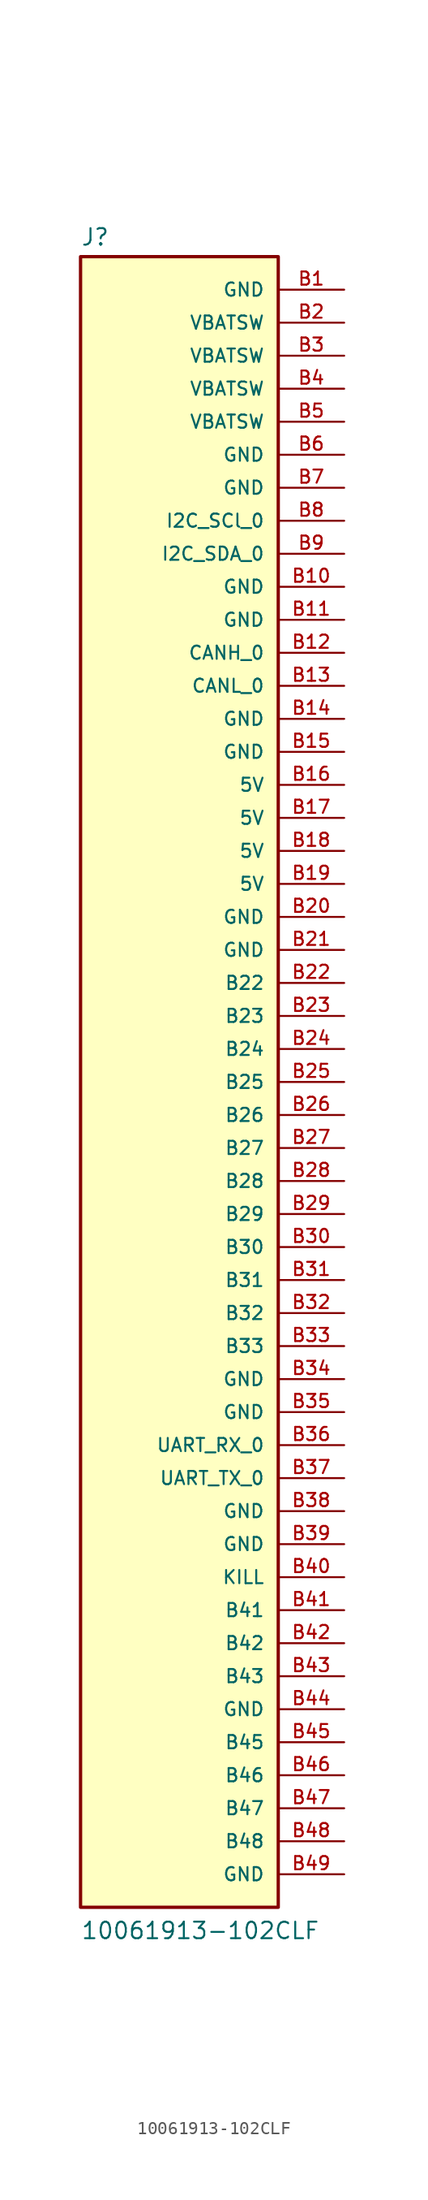
<source format=kicad_sym>
(kicad_symbol_lib
  (version 20220914)
  (generator kicad_symbol_editor)
  (symbol "10061913-102CLF"
    (pin_names
      (offset 1.016))
    (property "Reference" "J"
      (at -7.62 64.262 0)
      (effects (font (size 1.27 1.27)) (justify left bottom)))
    (property "Value" "10061913-102CLF"
      (at -7.62 -66.04 0)
      (effects (font (size 1.27 1.27)) (justify left bottom)))
    (symbol "10061913-102CLF_0_0"
      (rectangle (start -7.62 63.5) (end 7.62 -63.5) (stroke (width 0.254) (type default)) (fill (type background)))
      (pin passive line (at 12.7 7.62 180) (length 5.08) (name "B22" (effects (font (size 1.016 1.016)))) (number "B22" (effects (font (size 1.016 1.016)))))
      (pin passive line (at 12.7 5.08 180) (length 5.08) (name "B23" (effects (font (size 1.016 1.016)))) (number "B23" (effects (font (size 1.016 1.016)))))
      (pin passive line (at 12.7 2.54 180) (length 5.08) (name "B24" (effects (font (size 1.016 1.016)))) (number "B24" (effects (font (size 1.016 1.016)))))
      (pin passive line (at 12.7 0 180) (length 5.08) (name "B25" (effects (font (size 1.016 1.016)))) (number "B25" (effects (font (size 1.016 1.016)))))
      (pin passive line (at 12.7 -2.54 180) (length 5.08) (name "B26" (effects (font (size 1.016 1.016)))) (number "B26" (effects (font (size 1.016 1.016)))))
      (pin passive line (at 12.7 -5.08 180) (length 5.08) (name "B27" (effects (font (size 1.016 1.016)))) (number "B27" (effects (font (size 1.016 1.016)))))
      (pin passive line (at 12.7 -7.62 180) (length 5.08) (name "B28" (effects (font (size 1.016 1.016)))) (number "B28" (effects (font (size 1.016 1.016)))))
      (pin passive line (at 12.7 -10.16 180) (length 5.08) (name "B29" (effects (font (size 1.016 1.016)))) (number "B29" (effects (font (size 1.016 1.016)))))
      (pin passive line (at 12.7 -12.7 180) (length 5.08) (name "B30" (effects (font (size 1.016 1.016)))) (number "B30" (effects (font (size 1.016 1.016)))))
      (pin passive line (at 12.7 -15.24 180) (length 5.08) (name "B31" (effects (font (size 1.016 1.016)))) (number "B31" (effects (font (size 1.016 1.016)))))
      (pin passive line (at 12.7 -17.78 180) (length 5.08) (name "B32" (effects (font (size 1.016 1.016)))) (number "B32" (effects (font (size 1.016 1.016)))))
      (pin passive line (at 12.7 -20.32 180) (length 5.08) (name "B33" (effects (font (size 1.016 1.016)))) (number "B33" (effects (font (size 1.016 1.016)))))
      (pin passive line (at 12.7 -40.64 180) (length 5.08) (name "B41" (effects (font (size 1.016 1.016)))) (number "B41" (effects (font (size 1.016 1.016)))))
      (pin passive line (at 12.7 -43.18 180) (length 5.08) (name "B42" (effects (font (size 1.016 1.016)))) (number "B42" (effects (font (size 1.016 1.016)))))
      (pin passive line (at 12.7 -45.72 180) (length 5.08) (name "B43" (effects (font (size 1.016 1.016)))) (number "B43" (effects (font (size 1.016 1.016)))))
      (pin passive line (at 12.7 -50.8 180) (length 5.08) (name "B45" (effects (font (size 1.016 1.016)))) (number "B45" (effects (font (size 1.016 1.016)))))
      (pin passive line (at 12.7 -53.34 180) (length 5.08) (name "B46" (effects (font (size 1.016 1.016)))) (number "B46" (effects (font (size 1.016 1.016)))))
      (pin passive line (at 12.7 -55.88 180) (length 5.08) (name "B47" (effects (font (size 1.016 1.016)))) (number "B47" (effects (font (size 1.016 1.016)))))
      (pin passive line (at 12.7 -58.42 180) (length 5.08) (name "B48" (effects (font (size 1.016 1.016)))) (number "B48" (effects (font (size 1.016 1.016))))))
    (symbol "10061913-102CLF_1_0"
      (pin passive line (at 12.7 60.96 180) (length 5.08) (name "GND" (effects (font (size 1.016 1.016)))) (number "B1" (effects (font (size 1.016 1.016)))))
      (pin passive line (at 12.7 38.1 180) (length 5.08) (name "GND" (effects (font (size 1.016 1.016)))) (number "B10" (effects (font (size 1.016 1.016)))))
      (pin passive line (at 12.7 35.56 180) (length 5.08) (name "GND" (effects (font (size 1.016 1.016)))) (number "B11" (effects (font (size 1.016 1.016)))))
      (pin passive line (at 12.7 33.02 180) (length 5.08) (name "CANH_0" (effects (font (size 1.016 1.016)))) (number "B12" (effects (font (size 1.016 1.016)))))
      (pin passive line (at 12.7 30.48 180) (length 5.08) (name "CANL_0" (effects (font (size 1.016 1.016)))) (number "B13" (effects (font (size 1.016 1.016)))))
      (pin passive line (at 12.7 27.94 180) (length 5.08) (name "GND" (effects (font (size 1.016 1.016)))) (number "B14" (effects (font (size 1.016 1.016)))))
      (pin passive line (at 12.7 25.4 180) (length 5.08) (name "GND" (effects (font (size 1.016 1.016)))) (number "B15" (effects (font (size 1.016 1.016)))))
      (pin passive line (at 12.7 22.86 180) (length 5.08) (name "5V" (effects (font (size 1.016 1.016)))) (number "B16" (effects (font (size 1.016 1.016)))))
      (pin passive line (at 12.7 20.32 180) (length 5.08) (name "5V" (effects (font (size 1.016 1.016)))) (number "B17" (effects (font (size 1.016 1.016)))))
      (pin passive line (at 12.7 17.78 180) (length 5.08) (name "5V" (effects (font (size 1.016 1.016)))) (number "B18" (effects (font (size 1.016 1.016)))))
      (pin passive line (at 12.7 15.24 180) (length 5.08) (name "5V" (effects (font (size 1.016 1.016)))) (number "B19" (effects (font (size 1.016 1.016)))))
      (pin passive line (at 12.7 58.42 180) (length 5.08) (name "VBATSW" (effects (font (size 1.016 1.016)))) (number "B2" (effects (font (size 1.016 1.016)))))
      (pin passive line (at 12.7 12.7 180) (length 5.08) (name "GND" (effects (font (size 1.016 1.016)))) (number "B20" (effects (font (size 1.016 1.016)))))
      (pin passive line (at 12.7 10.16 180) (length 5.08) (name "GND" (effects (font (size 1.016 1.016)))) (number "B21" (effects (font (size 1.016 1.016)))))
      (pin passive line (at 12.7 55.88 180) (length 5.08) (name "VBATSW" (effects (font (size 1.016 1.016)))) (number "B3" (effects (font (size 1.016 1.016)))))
      (pin passive line (at 12.7 -22.86 180) (length 5.08) (name "GND" (effects (font (size 1.016 1.016)))) (number "B34" (effects (font (size 1.016 1.016)))))
      (pin passive line (at 12.7 -25.4 180) (length 5.08) (name "GND" (effects (font (size 1.016 1.016)))) (number "B35" (effects (font (size 1.016 1.016)))))
      (pin passive line (at 12.7 -27.94 180) (length 5.08) (name "UART_RX_0" (effects (font (size 1.016 1.016)))) (number "B36" (effects (font (size 1.016 1.016)))))
      (pin passive line (at 12.7 -30.48 180) (length 5.08) (name "UART_TX_0" (effects (font (size 1.016 1.016)))) (number "B37" (effects (font (size 1.016 1.016)))))
      (pin passive line (at 12.7 -33.02 180) (length 5.08) (name "GND" (effects (font (size 1.016 1.016)))) (number "B38" (effects (font (size 1.016 1.016)))))
      (pin passive line (at 12.7 -35.56 180) (length 5.08) (name "GND" (effects (font (size 1.016 1.016)))) (number "B39" (effects (font (size 1.016 1.016)))))
      (pin passive line (at 12.7 53.34 180) (length 5.08) (name "VBATSW" (effects (font (size 1.016 1.016)))) (number "B4" (effects (font (size 1.016 1.016)))))
      (pin passive line (at 12.7 -38.1 180) (length 5.08) (name "KILL" (effects (font (size 1.016 1.016)))) (number "B40" (effects (font (size 1.016 1.016)))))
      (pin passive line (at 12.7 -48.26 180) (length 5.08) (name "GND" (effects (font (size 1.016 1.016)))) (number "B44" (effects (font (size 1.016 1.016)))))
      (pin passive line (at 12.7 -60.96 180) (length 5.08) (name "GND" (effects (font (size 1.016 1.016)))) (number "B49" (effects (font (size 1.016 1.016)))))
      (pin passive line (at 12.7 50.8 180) (length 5.08) (name "VBATSW" (effects (font (size 1.016 1.016)))) (number "B5" (effects (font (size 1.016 1.016)))))
      (pin passive line (at 12.7 48.26 180) (length 5.08) (name "GND" (effects (font (size 1.016 1.016)))) (number "B6" (effects (font (size 1.016 1.016)))))
      (pin passive line (at 12.7 45.72 180) (length 5.08) (name "GND" (effects (font (size 1.016 1.016)))) (number "B7" (effects (font (size 1.016 1.016)))))
      (pin passive line (at 12.7 43.18 180) (length 5.08) (name "I2C_SCl_0" (effects (font (size 1.016 1.016)))) (number "B8" (effects (font (size 1.016 1.016)))))
      (pin passive line (at 12.7 40.64 180) (length 5.08) (name "I2C_SDA_0" (effects (font (size 1.016 1.016)))) (number "B9" (effects (font (size 1.016 1.016))))))))
</source>
